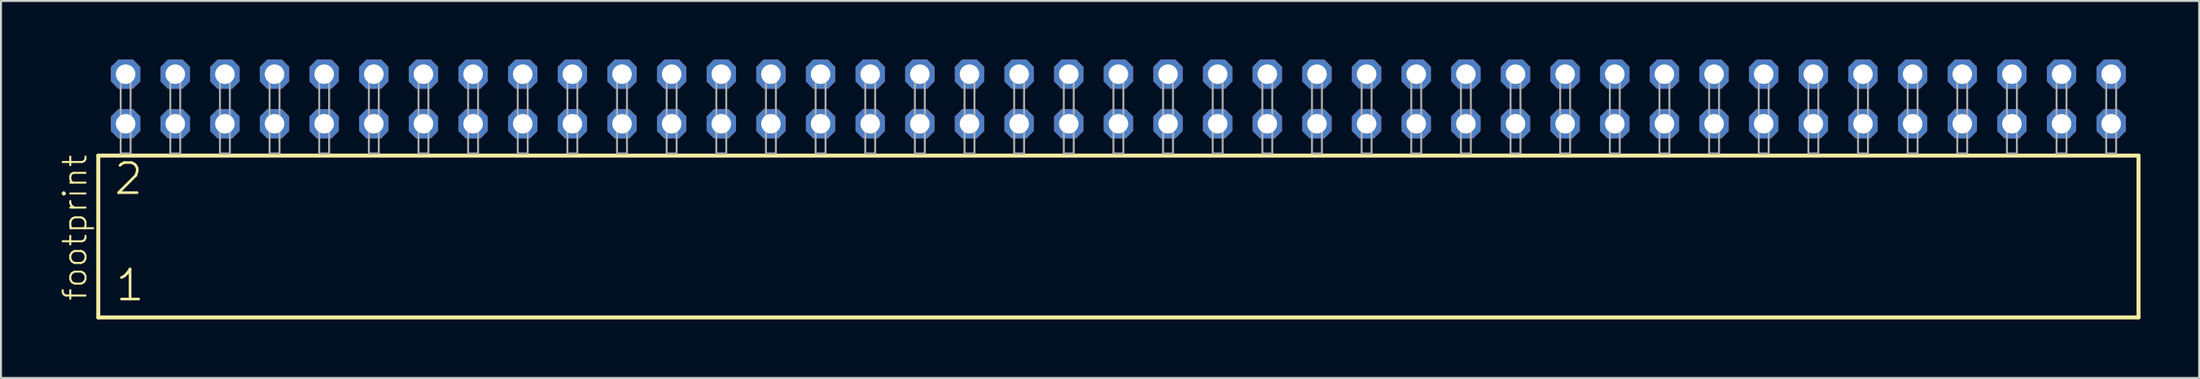
<source format=kicad_pcb>
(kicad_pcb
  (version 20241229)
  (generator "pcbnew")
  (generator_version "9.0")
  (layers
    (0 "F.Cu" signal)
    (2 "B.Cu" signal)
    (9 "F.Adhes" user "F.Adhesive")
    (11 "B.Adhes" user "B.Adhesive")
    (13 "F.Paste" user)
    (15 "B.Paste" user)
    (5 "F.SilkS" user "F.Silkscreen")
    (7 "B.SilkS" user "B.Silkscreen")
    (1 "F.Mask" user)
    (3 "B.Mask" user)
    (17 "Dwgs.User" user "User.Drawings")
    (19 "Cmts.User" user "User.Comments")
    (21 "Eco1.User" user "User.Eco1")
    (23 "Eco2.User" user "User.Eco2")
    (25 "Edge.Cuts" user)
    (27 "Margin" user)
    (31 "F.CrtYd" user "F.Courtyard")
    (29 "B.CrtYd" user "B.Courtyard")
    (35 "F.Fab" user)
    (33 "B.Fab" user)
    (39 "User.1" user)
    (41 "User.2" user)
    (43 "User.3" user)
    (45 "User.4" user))
  (footprint "footprint"
    (layer "F.Cu")
    (at 54.178 4.814)
    (property "Reference" "footprint" (at -52.705 7.62 90) (layer "F.SilkS") (effects (font (size 1.168 1.168) (thickness 0.102)) (justify left bottom)))
    (fp_line (start -52.199 0.106) (end -52.199 8.396) (stroke (width 0.203) (type solid)) (layer "F.SilkS"))
    (fp_line (start -52.199 8.396) (end 52.199 8.396) (stroke (width 0.203) (type solid)) (layer "F.SilkS"))
    (fp_line (start 52.199 0.106) (end -52.199 0.106) (stroke (width 0.203) (type solid)) (layer "F.SilkS"))
    (fp_line (start 52.199 8.396) (end 52.199 0.106) (stroke (width 0.203) (type solid)) (layer "F.SilkS"))
    (fp_poly (pts (xy -51.054 0) (xy -50.546 0) (xy -50.546 -4.318) (xy -51.054 -4.318)) (stroke (width 0.1) (type solid)) (fill no) (layer "F.Fab"))
    (fp_poly (pts (xy -48.514 0) (xy -48.006 0) (xy -48.006 -4.318) (xy -48.514 -4.318)) (stroke (width 0.1) (type solid)) (fill no) (layer "F.Fab"))
    (fp_poly (pts (xy -45.974 0) (xy -45.466 0) (xy -45.466 -4.318) (xy -45.974 -4.318)) (stroke (width 0.1) (type solid)) (fill no) (layer "F.Fab"))
    (fp_poly (pts (xy -43.434 0) (xy -42.926 0) (xy -42.926 -4.318) (xy -43.434 -4.318)) (stroke (width 0.1) (type solid)) (fill no) (layer "F.Fab"))
    (fp_poly (pts (xy -40.894 0) (xy -40.386 0) (xy -40.386 -4.318) (xy -40.894 -4.318)) (stroke (width 0.1) (type solid)) (fill no) (layer "F.Fab"))
    (fp_poly (pts (xy -38.354 0) (xy -37.846 0) (xy -37.846 -4.318) (xy -38.354 -4.318)) (stroke (width 0.1) (type solid)) (fill no) (layer "F.Fab"))
    (fp_poly (pts (xy -35.814 0) (xy -35.306 0) (xy -35.306 -4.318) (xy -35.814 -4.318)) (stroke (width 0.1) (type solid)) (fill no) (layer "F.Fab"))
    (fp_poly (pts (xy -33.274 0) (xy -32.766 0) (xy -32.766 -4.318) (xy -33.274 -4.318)) (stroke (width 0.1) (type solid)) (fill no) (layer "F.Fab"))
    (fp_poly (pts (xy -30.734 0) (xy -30.226 0) (xy -30.226 -4.318) (xy -30.734 -4.318)) (stroke (width 0.1) (type solid)) (fill no) (layer "F.Fab"))
    (fp_poly (pts (xy -28.194 0) (xy -27.686 0) (xy -27.686 -4.318) (xy -28.194 -4.318)) (stroke (width 0.1) (type solid)) (fill no) (layer "F.Fab"))
    (fp_poly (pts (xy -25.654 0) (xy -25.146 0) (xy -25.146 -4.318) (xy -25.654 -4.318)) (stroke (width 0.1) (type solid)) (fill no) (layer "F.Fab"))
    (fp_poly (pts (xy -23.114 0) (xy -22.606 0) (xy -22.606 -4.318) (xy -23.114 -4.318)) (stroke (width 0.1) (type solid)) (fill no) (layer "F.Fab"))
    (fp_poly (pts (xy -20.574 0) (xy -20.066 0) (xy -20.066 -4.318) (xy -20.574 -4.318)) (stroke (width 0.1) (type solid)) (fill no) (layer "F.Fab"))
    (fp_poly (pts (xy -18.034 0) (xy -17.526 0) (xy -17.526 -4.318) (xy -18.034 -4.318)) (stroke (width 0.1) (type solid)) (fill no) (layer "F.Fab"))
    (fp_poly (pts (xy -15.494 0) (xy -14.986 0) (xy -14.986 -4.318) (xy -15.494 -4.318)) (stroke (width 0.1) (type solid)) (fill no) (layer "F.Fab"))
    (fp_poly (pts (xy -12.954 0) (xy -12.446 0) (xy -12.446 -4.318) (xy -12.954 -4.318)) (stroke (width 0.1) (type solid)) (fill no) (layer "F.Fab"))
    (fp_poly (pts (xy -10.414 0) (xy -9.906 0) (xy -9.906 -4.318) (xy -10.414 -4.318)) (stroke (width 0.1) (type solid)) (fill no) (layer "F.Fab"))
    (fp_poly (pts (xy -7.874 0) (xy -7.366 0) (xy -7.366 -4.318) (xy -7.874 -4.318)) (stroke (width 0.1) (type solid)) (fill no) (layer "F.Fab"))
    (fp_poly (pts (xy -5.334 0) (xy -4.826 0) (xy -4.826 -4.318) (xy -5.334 -4.318)) (stroke (width 0.1) (type solid)) (fill no) (layer "F.Fab"))
    (fp_poly (pts (xy -2.794 0) (xy -2.286 0) (xy -2.286 -4.318) (xy -2.794 -4.318)) (stroke (width 0.1) (type solid)) (fill no) (layer "F.Fab"))
    (fp_poly (pts (xy -0.254 0) (xy 0.254 0) (xy 0.254 -4.318) (xy -0.254 -4.318)) (stroke (width 0.1) (type solid)) (fill no) (layer "F.Fab"))
    (fp_poly (pts (xy 2.286 0) (xy 2.794 0) (xy 2.794 -4.318) (xy 2.286 -4.318)) (stroke (width 0.1) (type solid)) (fill no) (layer "F.Fab"))
    (fp_poly (pts (xy 4.826 0) (xy 5.334 0) (xy 5.334 -4.318) (xy 4.826 -4.318)) (stroke (width 0.1) (type solid)) (fill no) (layer "F.Fab"))
    (fp_poly (pts (xy 7.366 0) (xy 7.874 0) (xy 7.874 -4.318) (xy 7.366 -4.318)) (stroke (width 0.1) (type solid)) (fill no) (layer "F.Fab"))
    (fp_poly (pts (xy 9.906 0) (xy 10.414 0) (xy 10.414 -4.318) (xy 9.906 -4.318)) (stroke (width 0.1) (type solid)) (fill no) (layer "F.Fab"))
    (fp_poly (pts (xy 12.446 0) (xy 12.954 0) (xy 12.954 -4.318) (xy 12.446 -4.318)) (stroke (width 0.1) (type solid)) (fill no) (layer "F.Fab"))
    (fp_poly (pts (xy 14.986 0) (xy 15.494 0) (xy 15.494 -4.318) (xy 14.986 -4.318)) (stroke (width 0.1) (type solid)) (fill no) (layer "F.Fab"))
    (fp_poly (pts (xy 17.526 0) (xy 18.034 0) (xy 18.034 -4.318) (xy 17.526 -4.318)) (stroke (width 0.1) (type solid)) (fill no) (layer "F.Fab"))
    (fp_poly (pts (xy 20.066 0) (xy 20.574 0) (xy 20.574 -4.318) (xy 20.066 -4.318)) (stroke (width 0.1) (type solid)) (fill no) (layer "F.Fab"))
    (fp_poly (pts (xy 22.606 0) (xy 23.114 0) (xy 23.114 -4.318) (xy 22.606 -4.318)) (stroke (width 0.1) (type solid)) (fill no) (layer "F.Fab"))
    (fp_poly (pts (xy 25.146 0) (xy 25.654 0) (xy 25.654 -4.318) (xy 25.146 -4.318)) (stroke (width 0.1) (type solid)) (fill no) (layer "F.Fab"))
    (fp_poly (pts (xy 27.686 0) (xy 28.194 0) (xy 28.194 -4.318) (xy 27.686 -4.318)) (stroke (width 0.1) (type solid)) (fill no) (layer "F.Fab"))
    (fp_poly (pts (xy 30.226 0) (xy 30.734 0) (xy 30.734 -4.318) (xy 30.226 -4.318)) (stroke (width 0.1) (type solid)) (fill no) (layer "F.Fab"))
    (fp_poly (pts (xy 32.766 0) (xy 33.274 0) (xy 33.274 -4.318) (xy 32.766 -4.318)) (stroke (width 0.1) (type solid)) (fill no) (layer "F.Fab"))
    (fp_poly (pts (xy 35.306 0) (xy 35.814 0) (xy 35.814 -4.318) (xy 35.306 -4.318)) (stroke (width 0.1) (type solid)) (fill no) (layer "F.Fab"))
    (fp_poly (pts (xy 37.846 0) (xy 38.354 0) (xy 38.354 -4.318) (xy 37.846 -4.318)) (stroke (width 0.1) (type solid)) (fill no) (layer "F.Fab"))
    (fp_poly (pts (xy 40.386 0) (xy 40.894 0) (xy 40.894 -4.318) (xy 40.386 -4.318)) (stroke (width 0.1) (type solid)) (fill no) (layer "F.Fab"))
    (fp_poly (pts (xy 42.926 0) (xy 43.434 0) (xy 43.434 -4.318) (xy 42.926 -4.318)) (stroke (width 0.1) (type solid)) (fill no) (layer "F.Fab"))
    (fp_poly (pts (xy 45.466 0) (xy 45.974 0) (xy 45.974 -4.318) (xy 45.466 -4.318)) (stroke (width 0.1) (type solid)) (fill no) (layer "F.Fab"))
    (fp_poly (pts (xy 48.006 0) (xy 48.514 0) (xy 48.514 -4.318) (xy 48.006 -4.318)) (stroke (width 0.1) (type solid)) (fill no) (layer "F.Fab"))
    (fp_poly (pts (xy 50.546 0) (xy 51.054 0) (xy 51.054 -4.318) (xy 50.546 -4.318)) (stroke (width 0.1) (type solid)) (fill no) (layer "F.Fab"))
    (fp_text user "1" (at -51.395 7.65 0) (layer "F.SilkS") (effects (font (size 1.542 1.542) (thickness 0.134)) (justify left bottom)))
    (fp_text user "2" (at -51.47 2.2 0) (layer "F.SilkS") (effects (font (size 1.542 1.542) (thickness 0.134)) (justify left bottom)))
    (pad "1" thru_hole roundrect (at -50.8 -1.524) (size 1.5 1.5) (drill 1) (layers "*.Cu" "*.Mask") (roundrect_rratio 0.25) (chamfer_ratio 0.25) (chamfer top_left top_right bottom_left bottom_right))
    (pad "2" thru_hole roundrect (at -50.8 -4.064) (size 1.5 1.5) (drill 1) (layers "*.Cu" "*.Mask") (roundrect_rratio 0.25) (chamfer_ratio 0.25) (chamfer top_left top_right bottom_left bottom_right))
    (pad "3" thru_hole roundrect (at -48.26 -1.524) (size 1.5 1.5) (drill 1) (layers "*.Cu" "*.Mask") (roundrect_rratio 0.25) (chamfer_ratio 0.25) (chamfer top_left top_right bottom_left bottom_right))
    (pad "4" thru_hole roundrect (at -48.26 -4.064) (size 1.5 1.5) (drill 1) (layers "*.Cu" "*.Mask") (roundrect_rratio 0.25) (chamfer_ratio 0.25) (chamfer top_left top_right bottom_left bottom_right))
    (pad "5" thru_hole roundrect (at -45.72 -1.524) (size 1.5 1.5) (drill 1) (layers "*.Cu" "*.Mask") (roundrect_rratio 0.25) (chamfer_ratio 0.25) (chamfer top_left top_right bottom_left bottom_right))
    (pad "6" thru_hole roundrect (at -45.72 -4.064) (size 1.5 1.5) (drill 1) (layers "*.Cu" "*.Mask") (roundrect_rratio 0.25) (chamfer_ratio 0.25) (chamfer top_left top_right bottom_left bottom_right))
    (pad "7" thru_hole roundrect (at -43.18 -1.524) (size 1.5 1.5) (drill 1) (layers "*.Cu" "*.Mask") (roundrect_rratio 0.25) (chamfer_ratio 0.25) (chamfer top_left top_right bottom_left bottom_right))
    (pad "8" thru_hole roundrect (at -43.18 -4.064) (size 1.5 1.5) (drill 1) (layers "*.Cu" "*.Mask") (roundrect_rratio 0.25) (chamfer_ratio 0.25) (chamfer top_left top_right bottom_left bottom_right))
    (pad "9" thru_hole roundrect (at -40.64 -1.524) (size 1.5 1.5) (drill 1) (layers "*.Cu" "*.Mask") (roundrect_rratio 0.25) (chamfer_ratio 0.25) (chamfer top_left top_right bottom_left bottom_right))
    (pad "10" thru_hole roundrect (at -40.64 -4.064) (size 1.5 1.5) (drill 1) (layers "*.Cu" "*.Mask") (roundrect_rratio 0.25) (chamfer_ratio 0.25) (chamfer top_left top_right bottom_left bottom_right))
    (pad "11" thru_hole roundrect (at -38.1 -1.524) (size 1.5 1.5) (drill 1) (layers "*.Cu" "*.Mask") (roundrect_rratio 0.25) (chamfer_ratio 0.25) (chamfer top_left top_right bottom_left bottom_right))
    (pad "12" thru_hole roundrect (at -38.1 -4.064) (size 1.5 1.5) (drill 1) (layers "*.Cu" "*.Mask") (roundrect_rratio 0.25) (chamfer_ratio 0.25) (chamfer top_left top_right bottom_left bottom_right))
    (pad "13" thru_hole roundrect (at -35.56 -1.524) (size 1.5 1.5) (drill 1) (layers "*.Cu" "*.Mask") (roundrect_rratio 0.25) (chamfer_ratio 0.25) (chamfer top_left top_right bottom_left bottom_right))
    (pad "14" thru_hole roundrect (at -35.56 -4.064) (size 1.5 1.5) (drill 1) (layers "*.Cu" "*.Mask") (roundrect_rratio 0.25) (chamfer_ratio 0.25) (chamfer top_left top_right bottom_left bottom_right))
    (pad "15" thru_hole roundrect (at -33.02 -1.524) (size 1.5 1.5) (drill 1) (layers "*.Cu" "*.Mask") (roundrect_rratio 0.25) (chamfer_ratio 0.25) (chamfer top_left top_right bottom_left bottom_right))
    (pad "16" thru_hole roundrect (at -33.02 -4.064) (size 1.5 1.5) (drill 1) (layers "*.Cu" "*.Mask") (roundrect_rratio 0.25) (chamfer_ratio 0.25) (chamfer top_left top_right bottom_left bottom_right))
    (pad "17" thru_hole roundrect (at -30.48 -1.524) (size 1.5 1.5) (drill 1) (layers "*.Cu" "*.Mask") (roundrect_rratio 0.25) (chamfer_ratio 0.25) (chamfer top_left top_right bottom_left bottom_right))
    (pad "18" thru_hole roundrect (at -30.48 -4.064) (size 1.5 1.5) (drill 1) (layers "*.Cu" "*.Mask") (roundrect_rratio 0.25) (chamfer_ratio 0.25) (chamfer top_left top_right bottom_left bottom_right))
    (pad "19" thru_hole roundrect (at -27.94 -1.524) (size 1.5 1.5) (drill 1) (layers "*.Cu" "*.Mask") (roundrect_rratio 0.25) (chamfer_ratio 0.25) (chamfer top_left top_right bottom_left bottom_right))
    (pad "20" thru_hole roundrect (at -27.94 -4.064) (size 1.5 1.5) (drill 1) (layers "*.Cu" "*.Mask") (roundrect_rratio 0.25) (chamfer_ratio 0.25) (chamfer top_left top_right bottom_left bottom_right))
    (pad "21" thru_hole roundrect (at -25.4 -1.524) (size 1.5 1.5) (drill 1) (layers "*.Cu" "*.Mask") (roundrect_rratio 0.25) (chamfer_ratio 0.25) (chamfer top_left top_right bottom_left bottom_right))
    (pad "22" thru_hole roundrect (at -25.4 -4.064) (size 1.5 1.5) (drill 1) (layers "*.Cu" "*.Mask") (roundrect_rratio 0.25) (chamfer_ratio 0.25) (chamfer top_left top_right bottom_left bottom_right))
    (pad "23" thru_hole roundrect (at -22.86 -1.524) (size 1.5 1.5) (drill 1) (layers "*.Cu" "*.Mask") (roundrect_rratio 0.25) (chamfer_ratio 0.25) (chamfer top_left top_right bottom_left bottom_right))
    (pad "24" thru_hole roundrect (at -22.86 -4.064) (size 1.5 1.5) (drill 1) (layers "*.Cu" "*.Mask") (roundrect_rratio 0.25) (chamfer_ratio 0.25) (chamfer top_left top_right bottom_left bottom_right))
    (pad "25" thru_hole roundrect (at -20.32 -1.524) (size 1.5 1.5) (drill 1) (layers "*.Cu" "*.Mask") (roundrect_rratio 0.25) (chamfer_ratio 0.25) (chamfer top_left top_right bottom_left bottom_right))
    (pad "26" thru_hole roundrect (at -20.32 -4.064) (size 1.5 1.5) (drill 1) (layers "*.Cu" "*.Mask") (roundrect_rratio 0.25) (chamfer_ratio 0.25) (chamfer top_left top_right bottom_left bottom_right))
    (pad "27" thru_hole roundrect (at -17.78 -1.524) (size 1.5 1.5) (drill 1) (layers "*.Cu" "*.Mask") (roundrect_rratio 0.25) (chamfer_ratio 0.25) (chamfer top_left top_right bottom_left bottom_right))
    (pad "28" thru_hole roundrect (at -17.78 -4.064) (size 1.5 1.5) (drill 1) (layers "*.Cu" "*.Mask") (roundrect_rratio 0.25) (chamfer_ratio 0.25) (chamfer top_left top_right bottom_left bottom_right))
    (pad "29" thru_hole roundrect (at -15.24 -1.524) (size 1.5 1.5) (drill 1) (layers "*.Cu" "*.Mask") (roundrect_rratio 0.25) (chamfer_ratio 0.25) (chamfer top_left top_right bottom_left bottom_right))
    (pad "30" thru_hole roundrect (at -15.24 -4.064) (size 1.5 1.5) (drill 1) (layers "*.Cu" "*.Mask") (roundrect_rratio 0.25) (chamfer_ratio 0.25) (chamfer top_left top_right bottom_left bottom_right))
    (pad "31" thru_hole roundrect (at -12.7 -1.524) (size 1.5 1.5) (drill 1) (layers "*.Cu" "*.Mask") (roundrect_rratio 0.25) (chamfer_ratio 0.25) (chamfer top_left top_right bottom_left bottom_right))
    (pad "32" thru_hole roundrect (at -12.7 -4.064) (size 1.5 1.5) (drill 1) (layers "*.Cu" "*.Mask") (roundrect_rratio 0.25) (chamfer_ratio 0.25) (chamfer top_left top_right bottom_left bottom_right))
    (pad "33" thru_hole roundrect (at -10.16 -1.524) (size 1.5 1.5) (drill 1) (layers "*.Cu" "*.Mask") (roundrect_rratio 0.25) (chamfer_ratio 0.25) (chamfer top_left top_right bottom_left bottom_right))
    (pad "34" thru_hole roundrect (at -10.16 -4.064) (size 1.5 1.5) (drill 1) (layers "*.Cu" "*.Mask") (roundrect_rratio 0.25) (chamfer_ratio 0.25) (chamfer top_left top_right bottom_left bottom_right))
    (pad "35" thru_hole roundrect (at -7.62 -1.524) (size 1.5 1.5) (drill 1) (layers "*.Cu" "*.Mask") (roundrect_rratio 0.25) (chamfer_ratio 0.25) (chamfer top_left top_right bottom_left bottom_right))
    (pad "36" thru_hole roundrect (at -7.62 -4.064) (size 1.5 1.5) (drill 1) (layers "*.Cu" "*.Mask") (roundrect_rratio 0.25) (chamfer_ratio 0.25) (chamfer top_left top_right bottom_left bottom_right))
    (pad "37" thru_hole roundrect (at -5.08 -1.524) (size 1.5 1.5) (drill 1) (layers "*.Cu" "*.Mask") (roundrect_rratio 0.25) (chamfer_ratio 0.25) (chamfer top_left top_right bottom_left bottom_right))
    (pad "38" thru_hole roundrect (at -5.08 -4.064) (size 1.5 1.5) (drill 1) (layers "*.Cu" "*.Mask") (roundrect_rratio 0.25) (chamfer_ratio 0.25) (chamfer top_left top_right bottom_left bottom_right))
    (pad "39" thru_hole roundrect (at -2.54 -1.524) (size 1.5 1.5) (drill 1) (layers "*.Cu" "*.Mask") (roundrect_rratio 0.25) (chamfer_ratio 0.25) (chamfer top_left top_right bottom_left bottom_right))
    (pad "40" thru_hole roundrect (at -2.54 -4.064) (size 1.5 1.5) (drill 1) (layers "*.Cu" "*.Mask") (roundrect_rratio 0.25) (chamfer_ratio 0.25) (chamfer top_left top_right bottom_left bottom_right))
    (pad "41" thru_hole roundrect (at 0 -1.524) (size 1.5 1.5) (drill 1) (layers "*.Cu" "*.Mask") (roundrect_rratio 0.25) (chamfer_ratio 0.25) (chamfer top_left top_right bottom_left bottom_right))
    (pad "42" thru_hole roundrect (at 0 -4.064) (size 1.5 1.5) (drill 1) (layers "*.Cu" "*.Mask") (roundrect_rratio 0.25) (chamfer_ratio 0.25) (chamfer top_left top_right bottom_left bottom_right))
    (pad "43" thru_hole roundrect (at 2.54 -1.524) (size 1.5 1.5) (drill 1) (layers "*.Cu" "*.Mask") (roundrect_rratio 0.25) (chamfer_ratio 0.25) (chamfer top_left top_right bottom_left bottom_right))
    (pad "44" thru_hole roundrect (at 2.54 -4.064) (size 1.5 1.5) (drill 1) (layers "*.Cu" "*.Mask") (roundrect_rratio 0.25) (chamfer_ratio 0.25) (chamfer top_left top_right bottom_left bottom_right))
    (pad "45" thru_hole roundrect (at 5.08 -1.524) (size 1.5 1.5) (drill 1) (layers "*.Cu" "*.Mask") (roundrect_rratio 0.25) (chamfer_ratio 0.25) (chamfer top_left top_right bottom_left bottom_right))
    (pad "46" thru_hole roundrect (at 5.08 -4.064) (size 1.5 1.5) (drill 1) (layers "*.Cu" "*.Mask") (roundrect_rratio 0.25) (chamfer_ratio 0.25) (chamfer top_left top_right bottom_left bottom_right))
    (pad "47" thru_hole roundrect (at 7.62 -1.524) (size 1.5 1.5) (drill 1) (layers "*.Cu" "*.Mask") (roundrect_rratio 0.25) (chamfer_ratio 0.25) (chamfer top_left top_right bottom_left bottom_right))
    (pad "48" thru_hole roundrect (at 7.62 -4.064) (size 1.5 1.5) (drill 1) (layers "*.Cu" "*.Mask") (roundrect_rratio 0.25) (chamfer_ratio 0.25) (chamfer top_left top_right bottom_left bottom_right))
    (pad "49" thru_hole roundrect (at 10.16 -1.524) (size 1.5 1.5) (drill 1) (layers "*.Cu" "*.Mask") (roundrect_rratio 0.25) (chamfer_ratio 0.25) (chamfer top_left top_right bottom_left bottom_right))
    (pad "50" thru_hole roundrect (at 10.16 -4.064) (size 1.5 1.5) (drill 1) (layers "*.Cu" "*.Mask") (roundrect_rratio 0.25) (chamfer_ratio 0.25) (chamfer top_left top_right bottom_left bottom_right))
    (pad "51" thru_hole roundrect (at 12.7 -1.524) (size 1.5 1.5) (drill 1) (layers "*.Cu" "*.Mask") (roundrect_rratio 0.25) (chamfer_ratio 0.25) (chamfer top_left top_right bottom_left bottom_right))
    (pad "52" thru_hole roundrect (at 12.7 -4.064) (size 1.5 1.5) (drill 1) (layers "*.Cu" "*.Mask") (roundrect_rratio 0.25) (chamfer_ratio 0.25) (chamfer top_left top_right bottom_left bottom_right))
    (pad "53" thru_hole roundrect (at 15.24 -1.524) (size 1.5 1.5) (drill 1) (layers "*.Cu" "*.Mask") (roundrect_rratio 0.25) (chamfer_ratio 0.25) (chamfer top_left top_right bottom_left bottom_right))
    (pad "54" thru_hole roundrect (at 15.24 -4.064) (size 1.5 1.5) (drill 1) (layers "*.Cu" "*.Mask") (roundrect_rratio 0.25) (chamfer_ratio 0.25) (chamfer top_left top_right bottom_left bottom_right))
    (pad "55" thru_hole roundrect (at 17.78 -1.524) (size 1.5 1.5) (drill 1) (layers "*.Cu" "*.Mask") (roundrect_rratio 0.25) (chamfer_ratio 0.25) (chamfer top_left top_right bottom_left bottom_right))
    (pad "56" thru_hole roundrect (at 17.78 -4.064) (size 1.5 1.5) (drill 1) (layers "*.Cu" "*.Mask") (roundrect_rratio 0.25) (chamfer_ratio 0.25) (chamfer top_left top_right bottom_left bottom_right))
    (pad "57" thru_hole roundrect (at 20.32 -1.524) (size 1.5 1.5) (drill 1) (layers "*.Cu" "*.Mask") (roundrect_rratio 0.25) (chamfer_ratio 0.25) (chamfer top_left top_right bottom_left bottom_right))
    (pad "58" thru_hole roundrect (at 20.32 -4.064) (size 1.5 1.5) (drill 1) (layers "*.Cu" "*.Mask") (roundrect_rratio 0.25) (chamfer_ratio 0.25) (chamfer top_left top_right bottom_left bottom_right))
    (pad "59" thru_hole roundrect (at 22.86 -1.524) (size 1.5 1.5) (drill 1) (layers "*.Cu" "*.Mask") (roundrect_rratio 0.25) (chamfer_ratio 0.25) (chamfer top_left top_right bottom_left bottom_right))
    (pad "60" thru_hole roundrect (at 22.86 -4.064) (size 1.5 1.5) (drill 1) (layers "*.Cu" "*.Mask") (roundrect_rratio 0.25) (chamfer_ratio 0.25) (chamfer top_left top_right bottom_left bottom_right))
    (pad "61" thru_hole roundrect (at 25.4 -1.524) (size 1.5 1.5) (drill 1) (layers "*.Cu" "*.Mask") (roundrect_rratio 0.25) (chamfer_ratio 0.25) (chamfer top_left top_right bottom_left bottom_right))
    (pad "62" thru_hole roundrect (at 25.4 -4.064) (size 1.5 1.5) (drill 1) (layers "*.Cu" "*.Mask") (roundrect_rratio 0.25) (chamfer_ratio 0.25) (chamfer top_left top_right bottom_left bottom_right))
    (pad "63" thru_hole roundrect (at 27.94 -1.524) (size 1.5 1.5) (drill 1) (layers "*.Cu" "*.Mask") (roundrect_rratio 0.25) (chamfer_ratio 0.25) (chamfer top_left top_right bottom_left bottom_right))
    (pad "64" thru_hole roundrect (at 27.94 -4.064) (size 1.5 1.5) (drill 1) (layers "*.Cu" "*.Mask") (roundrect_rratio 0.25) (chamfer_ratio 0.25) (chamfer top_left top_right bottom_left bottom_right))
    (pad "65" thru_hole roundrect (at 30.48 -1.524) (size 1.5 1.5) (drill 1) (layers "*.Cu" "*.Mask") (roundrect_rratio 0.25) (chamfer_ratio 0.25) (chamfer top_left top_right bottom_left bottom_right))
    (pad "66" thru_hole roundrect (at 30.48 -4.064) (size 1.5 1.5) (drill 1) (layers "*.Cu" "*.Mask") (roundrect_rratio 0.25) (chamfer_ratio 0.25) (chamfer top_left top_right bottom_left bottom_right))
    (pad "67" thru_hole roundrect (at 33.02 -1.524) (size 1.5 1.5) (drill 1) (layers "*.Cu" "*.Mask") (roundrect_rratio 0.25) (chamfer_ratio 0.25) (chamfer top_left top_right bottom_left bottom_right))
    (pad "68" thru_hole roundrect (at 33.02 -4.064) (size 1.5 1.5) (drill 1) (layers "*.Cu" "*.Mask") (roundrect_rratio 0.25) (chamfer_ratio 0.25) (chamfer top_left top_right bottom_left bottom_right))
    (pad "69" thru_hole roundrect (at 35.56 -1.524) (size 1.5 1.5) (drill 1) (layers "*.Cu" "*.Mask") (roundrect_rratio 0.25) (chamfer_ratio 0.25) (chamfer top_left top_right bottom_left bottom_right))
    (pad "70" thru_hole roundrect (at 35.56 -4.064) (size 1.5 1.5) (drill 1) (layers "*.Cu" "*.Mask") (roundrect_rratio 0.25) (chamfer_ratio 0.25) (chamfer top_left top_right bottom_left bottom_right))
    (pad "71" thru_hole roundrect (at 38.1 -1.524) (size 1.5 1.5) (drill 1) (layers "*.Cu" "*.Mask") (roundrect_rratio 0.25) (chamfer_ratio 0.25) (chamfer top_left top_right bottom_left bottom_right))
    (pad "72" thru_hole roundrect (at 38.1 -4.064) (size 1.5 1.5) (drill 1) (layers "*.Cu" "*.Mask") (roundrect_rratio 0.25) (chamfer_ratio 0.25) (chamfer top_left top_right bottom_left bottom_right))
    (pad "73" thru_hole roundrect (at 40.64 -1.524) (size 1.5 1.5) (drill 1) (layers "*.Cu" "*.Mask") (roundrect_rratio 0.25) (chamfer_ratio 0.25) (chamfer top_left top_right bottom_left bottom_right))
    (pad "74" thru_hole roundrect (at 40.64 -4.064) (size 1.5 1.5) (drill 1) (layers "*.Cu" "*.Mask") (roundrect_rratio 0.25) (chamfer_ratio 0.25) (chamfer top_left top_right bottom_left bottom_right))
    (pad "75" thru_hole roundrect (at 43.18 -1.524) (size 1.5 1.5) (drill 1) (layers "*.Cu" "*.Mask") (roundrect_rratio 0.25) (chamfer_ratio 0.25) (chamfer top_left top_right bottom_left bottom_right))
    (pad "76" thru_hole roundrect (at 43.18 -4.064) (size 1.5 1.5) (drill 1) (layers "*.Cu" "*.Mask") (roundrect_rratio 0.25) (chamfer_ratio 0.25) (chamfer top_left top_right bottom_left bottom_right))
    (pad "77" thru_hole roundrect (at 45.72 -1.524) (size 1.5 1.5) (drill 1) (layers "*.Cu" "*.Mask") (roundrect_rratio 0.25) (chamfer_ratio 0.25) (chamfer top_left top_right bottom_left bottom_right))
    (pad "78" thru_hole roundrect (at 45.72 -4.064) (size 1.5 1.5) (drill 1) (layers "*.Cu" "*.Mask") (roundrect_rratio 0.25) (chamfer_ratio 0.25) (chamfer top_left top_right bottom_left bottom_right))
    (pad "79" thru_hole roundrect (at 48.26 -1.524) (size 1.5 1.5) (drill 1) (layers "*.Cu" "*.Mask") (roundrect_rratio 0.25) (chamfer_ratio 0.25) (chamfer top_left top_right bottom_left bottom_right))
    (pad "80" thru_hole roundrect (at 48.26 -4.064) (size 1.5 1.5) (drill 1) (layers "*.Cu" "*.Mask") (roundrect_rratio 0.25) (chamfer_ratio 0.25) (chamfer top_left top_right bottom_left bottom_right))
    (pad "81" thru_hole roundrect (at 50.8 -1.524) (size 1.5 1.5) (drill 1) (layers "*.Cu" "*.Mask") (roundrect_rratio 0.25) (chamfer_ratio 0.25) (chamfer top_left top_right bottom_left bottom_right))
    (pad "82" thru_hole roundrect (at 50.8 -4.064) (size 1.5 1.5) (drill 1) (layers "*.Cu" "*.Mask") (roundrect_rratio 0.25) (chamfer_ratio 0.25) (chamfer top_left top_right bottom_left bottom_right)))
  (gr_rect
    (start -3 -3)
    (end 109.479 16.312)
    (stroke (width 0.1) (type default))
    (fill no)
    (layer "Edge.Cuts")))
</source>
